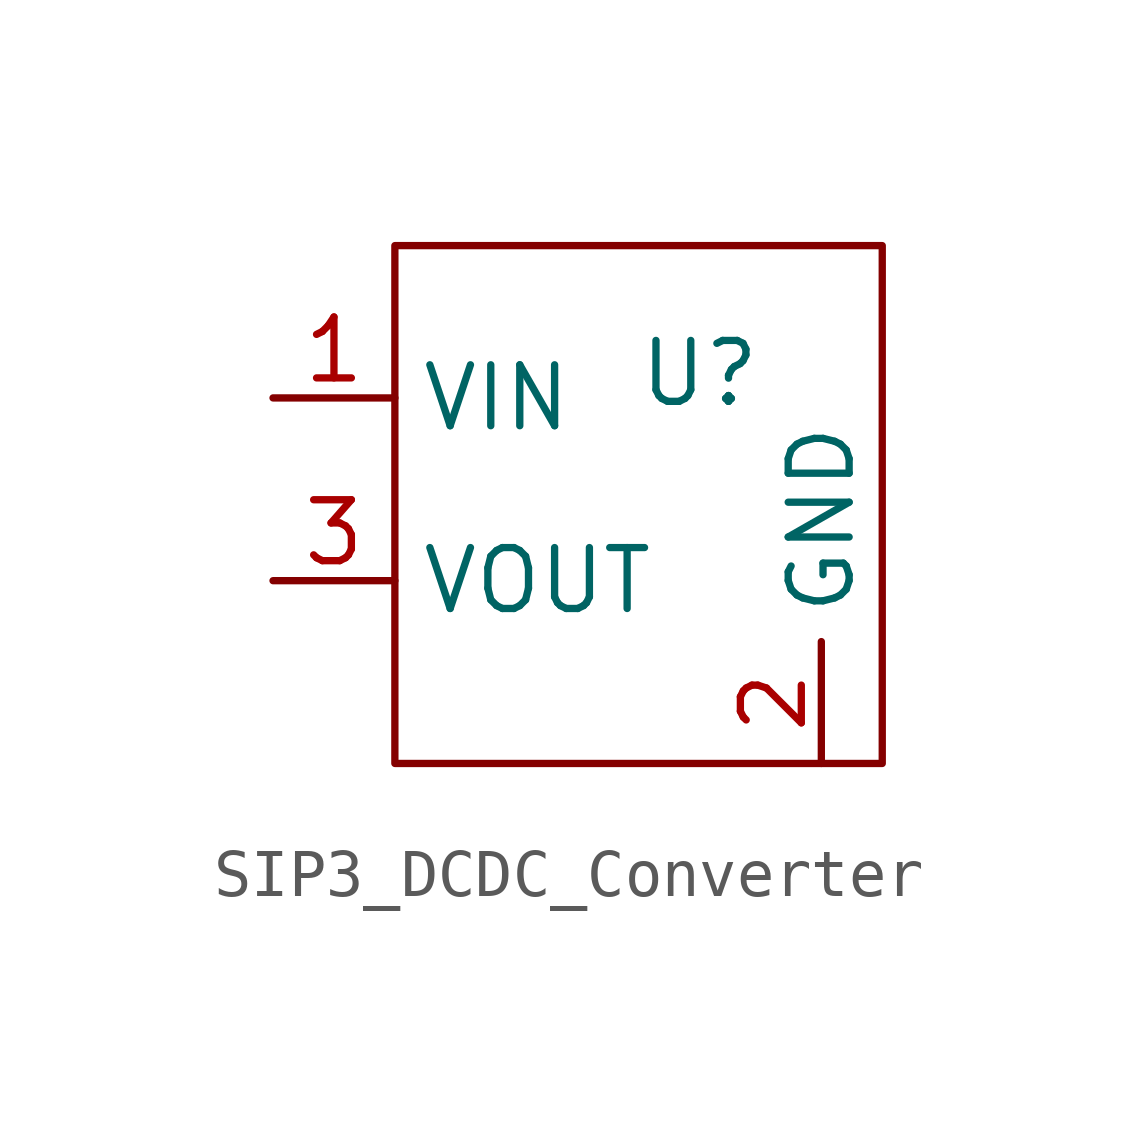
<source format=kicad_sym>
(kicad_symbol_lib
  (version 20231120)
  (generator "kicad_symbol_editor")
  (generator_version "8.0")
  (symbol "SIP3_DCDC_Converter"
    (property "Reference" "U"
      (at 2.54 3.048 0)
      (effects (font (size 1.27 1.27))))
    (property "Value" ""
      (at 0 0 0)
      (effects (font (size 1.27 1.27))))
    (symbol "SIP3_DCDC_Converter_0_1"
      (rectangle (start -3.81 5.715) (end 6.35 -5.08) (stroke (width 0) (type default)) (fill (type none))))
    (symbol "SIP3_DCDC_Converter_1_1"
      (pin power_in line (at -6.35 2.54 0) (length 2.54) (name "VIN" (effects (font (size 1.27 1.27)))) (number "1" (effects (font (size 1.27 1.27)))))
      (pin power_in line (at 5.08 -5.08 90) (length 2.54) (name "GND" (effects (font (size 1.27 1.27)))) (number "2" (effects (font (size 1.27 1.27)))))
      (pin power_out line (at -6.35 -1.27 0) (length 2.54) (name "VOUT" (effects (font (size 1.27 1.27)))) (number "3" (effects (font (size 1.27 1.27))))))))
</source>
